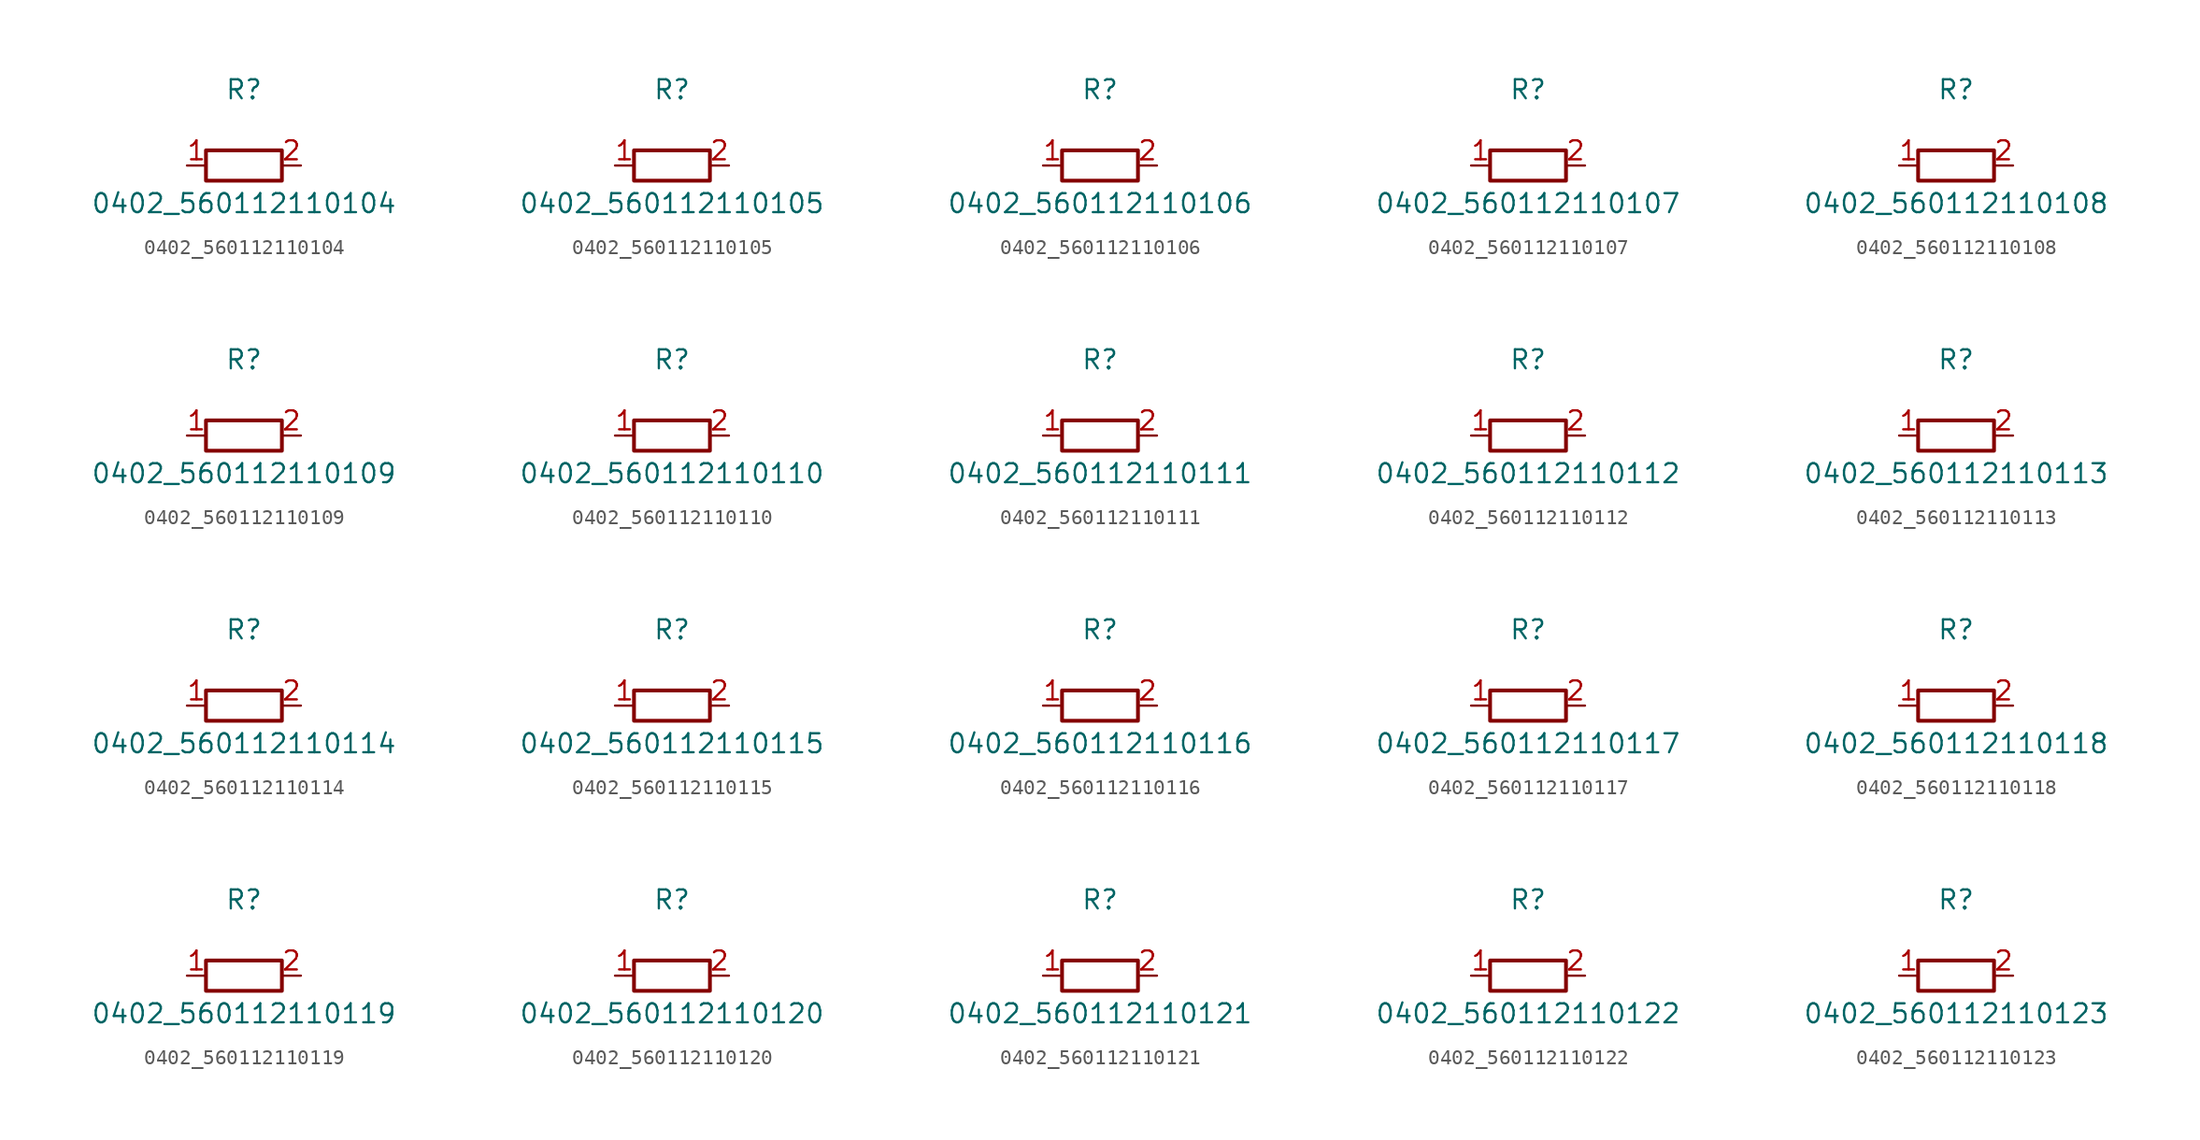
<source format=kicad_sym>
(kicad_symbol_lib
  (version 20220914)
  (generator kicad_symbol_editor)
  (symbol "0402_560112110104"
    (pin_names hide)
    (property "Reference" "R"
      (at 0 5.08 0)
      (effects (font (size 1.27 1.27))))
    (property "Value" "0402_560112110104"
      (at 0 -2.54 0)
      (effects (font (size 1.27 1.27))))
    (symbol "0402_560112110104_0_1"
      (rectangle (start -2.54 -1.016) (end 2.54 1.016) (stroke (width 0.254) (type default)) (fill (type none))))
    (symbol "0402_560112110104_1_1"
      (pin passive line (at -3.81 0 0) (length 1.27) (name "~" (effects (font (size 1.27 1.27)))) (number "1" (effects (font (size 1.27 1.27)))))
      (pin passive line (at 3.81 0 180) (length 1.27) (name "~" (effects (font (size 1.27 1.27)))) (number "2" (effects (font (size 1.27 1.27)))))))
  (symbol "0402_560112110105"
    (pin_names hide)
    (property "Reference" "R"
      (at 0 5.08 0)
      (effects (font (size 1.27 1.27))))
    (property "Value" "0402_560112110105"
      (at 0 -2.54 0)
      (effects (font (size 1.27 1.27))))
    (symbol "0402_560112110105_0_1"
      (rectangle (start -2.54 -1.016) (end 2.54 1.016) (stroke (width 0.254) (type default)) (fill (type none))))
    (symbol "0402_560112110105_1_1"
      (pin passive line (at -3.81 0 0) (length 1.27) (name "~" (effects (font (size 1.27 1.27)))) (number "1" (effects (font (size 1.27 1.27)))))
      (pin passive line (at 3.81 0 180) (length 1.27) (name "~" (effects (font (size 1.27 1.27)))) (number "2" (effects (font (size 1.27 1.27)))))))
  (symbol "0402_560112110106"
    (pin_names hide)
    (property "Reference" "R"
      (at 0 5.08 0)
      (effects (font (size 1.27 1.27))))
    (property "Value" "0402_560112110106"
      (at 0 -2.54 0)
      (effects (font (size 1.27 1.27))))
    (symbol "0402_560112110106_0_1"
      (rectangle (start -2.54 -1.016) (end 2.54 1.016) (stroke (width 0.254) (type default)) (fill (type none))))
    (symbol "0402_560112110106_1_1"
      (pin passive line (at -3.81 0 0) (length 1.27) (name "~" (effects (font (size 1.27 1.27)))) (number "1" (effects (font (size 1.27 1.27)))))
      (pin passive line (at 3.81 0 180) (length 1.27) (name "~" (effects (font (size 1.27 1.27)))) (number "2" (effects (font (size 1.27 1.27)))))))
  (symbol "0402_560112110107"
    (pin_names hide)
    (property "Reference" "R"
      (at 0 5.08 0)
      (effects (font (size 1.27 1.27))))
    (property "Value" "0402_560112110107"
      (at 0 -2.54 0)
      (effects (font (size 1.27 1.27))))
    (symbol "0402_560112110107_0_1"
      (rectangle (start -2.54 -1.016) (end 2.54 1.016) (stroke (width 0.254) (type default)) (fill (type none))))
    (symbol "0402_560112110107_1_1"
      (pin passive line (at -3.81 0 0) (length 1.27) (name "~" (effects (font (size 1.27 1.27)))) (number "1" (effects (font (size 1.27 1.27)))))
      (pin passive line (at 3.81 0 180) (length 1.27) (name "~" (effects (font (size 1.27 1.27)))) (number "2" (effects (font (size 1.27 1.27)))))))
  (symbol "0402_560112110108"
    (pin_names hide)
    (property "Reference" "R"
      (at 0 5.08 0)
      (effects (font (size 1.27 1.27))))
    (property "Value" "0402_560112110108"
      (at 0 -2.54 0)
      (effects (font (size 1.27 1.27))))
    (symbol "0402_560112110108_0_1"
      (rectangle (start -2.54 -1.016) (end 2.54 1.016) (stroke (width 0.254) (type default)) (fill (type none))))
    (symbol "0402_560112110108_1_1"
      (pin passive line (at -3.81 0 0) (length 1.27) (name "~" (effects (font (size 1.27 1.27)))) (number "1" (effects (font (size 1.27 1.27)))))
      (pin passive line (at 3.81 0 180) (length 1.27) (name "~" (effects (font (size 1.27 1.27)))) (number "2" (effects (font (size 1.27 1.27)))))))
  (symbol "0402_560112110109"
    (pin_names hide)
    (property "Reference" "R"
      (at 0 5.08 0)
      (effects (font (size 1.27 1.27))))
    (property "Value" "0402_560112110109"
      (at 0 -2.54 0)
      (effects (font (size 1.27 1.27))))
    (symbol "0402_560112110109_0_1"
      (rectangle (start -2.54 -1.016) (end 2.54 1.016) (stroke (width 0.254) (type default)) (fill (type none))))
    (symbol "0402_560112110109_1_1"
      (pin passive line (at -3.81 0 0) (length 1.27) (name "~" (effects (font (size 1.27 1.27)))) (number "1" (effects (font (size 1.27 1.27)))))
      (pin passive line (at 3.81 0 180) (length 1.27) (name "~" (effects (font (size 1.27 1.27)))) (number "2" (effects (font (size 1.27 1.27)))))))
  (symbol "0402_560112110110"
    (pin_names hide)
    (property "Reference" "R"
      (at 0 5.08 0)
      (effects (font (size 1.27 1.27))))
    (property "Value" "0402_560112110110"
      (at 0 -2.54 0)
      (effects (font (size 1.27 1.27))))
    (symbol "0402_560112110110_0_1"
      (rectangle (start -2.54 -1.016) (end 2.54 1.016) (stroke (width 0.254) (type default)) (fill (type none))))
    (symbol "0402_560112110110_1_1"
      (pin passive line (at -3.81 0 0) (length 1.27) (name "~" (effects (font (size 1.27 1.27)))) (number "1" (effects (font (size 1.27 1.27)))))
      (pin passive line (at 3.81 0 180) (length 1.27) (name "~" (effects (font (size 1.27 1.27)))) (number "2" (effects (font (size 1.27 1.27)))))))
  (symbol "0402_560112110111"
    (pin_names hide)
    (property "Reference" "R"
      (at 0 5.08 0)
      (effects (font (size 1.27 1.27))))
    (property "Value" "0402_560112110111"
      (at 0 -2.54 0)
      (effects (font (size 1.27 1.27))))
    (symbol "0402_560112110111_0_1"
      (rectangle (start -2.54 -1.016) (end 2.54 1.016) (stroke (width 0.254) (type default)) (fill (type none))))
    (symbol "0402_560112110111_1_1"
      (pin passive line (at -3.81 0 0) (length 1.27) (name "~" (effects (font (size 1.27 1.27)))) (number "1" (effects (font (size 1.27 1.27)))))
      (pin passive line (at 3.81 0 180) (length 1.27) (name "~" (effects (font (size 1.27 1.27)))) (number "2" (effects (font (size 1.27 1.27)))))))
  (symbol "0402_560112110112"
    (pin_names hide)
    (property "Reference" "R"
      (at 0 5.08 0)
      (effects (font (size 1.27 1.27))))
    (property "Value" "0402_560112110112"
      (at 0 -2.54 0)
      (effects (font (size 1.27 1.27))))
    (symbol "0402_560112110112_0_1"
      (rectangle (start -2.54 -1.016) (end 2.54 1.016) (stroke (width 0.254) (type default)) (fill (type none))))
    (symbol "0402_560112110112_1_1"
      (pin passive line (at -3.81 0 0) (length 1.27) (name "~" (effects (font (size 1.27 1.27)))) (number "1" (effects (font (size 1.27 1.27)))))
      (pin passive line (at 3.81 0 180) (length 1.27) (name "~" (effects (font (size 1.27 1.27)))) (number "2" (effects (font (size 1.27 1.27)))))))
  (symbol "0402_560112110113"
    (pin_names hide)
    (property "Reference" "R"
      (at 0 5.08 0)
      (effects (font (size 1.27 1.27))))
    (property "Value" "0402_560112110113"
      (at 0 -2.54 0)
      (effects (font (size 1.27 1.27))))
    (symbol "0402_560112110113_0_1"
      (rectangle (start -2.54 -1.016) (end 2.54 1.016) (stroke (width 0.254) (type default)) (fill (type none))))
    (symbol "0402_560112110113_1_1"
      (pin passive line (at -3.81 0 0) (length 1.27) (name "~" (effects (font (size 1.27 1.27)))) (number "1" (effects (font (size 1.27 1.27)))))
      (pin passive line (at 3.81 0 180) (length 1.27) (name "~" (effects (font (size 1.27 1.27)))) (number "2" (effects (font (size 1.27 1.27)))))))
  (symbol "0402_560112110114"
    (pin_names hide)
    (property "Reference" "R"
      (at 0 5.08 0)
      (effects (font (size 1.27 1.27))))
    (property "Value" "0402_560112110114"
      (at 0 -2.54 0)
      (effects (font (size 1.27 1.27))))
    (symbol "0402_560112110114_0_1"
      (rectangle (start -2.54 -1.016) (end 2.54 1.016) (stroke (width 0.254) (type default)) (fill (type none))))
    (symbol "0402_560112110114_1_1"
      (pin passive line (at -3.81 0 0) (length 1.27) (name "~" (effects (font (size 1.27 1.27)))) (number "1" (effects (font (size 1.27 1.27)))))
      (pin passive line (at 3.81 0 180) (length 1.27) (name "~" (effects (font (size 1.27 1.27)))) (number "2" (effects (font (size 1.27 1.27)))))))
  (symbol "0402_560112110115"
    (pin_names hide)
    (property "Reference" "R"
      (at 0 5.08 0)
      (effects (font (size 1.27 1.27))))
    (property "Value" "0402_560112110115"
      (at 0 -2.54 0)
      (effects (font (size 1.27 1.27))))
    (symbol "0402_560112110115_0_1"
      (rectangle (start -2.54 -1.016) (end 2.54 1.016) (stroke (width 0.254) (type default)) (fill (type none))))
    (symbol "0402_560112110115_1_1"
      (pin passive line (at -3.81 0 0) (length 1.27) (name "~" (effects (font (size 1.27 1.27)))) (number "1" (effects (font (size 1.27 1.27)))))
      (pin passive line (at 3.81 0 180) (length 1.27) (name "~" (effects (font (size 1.27 1.27)))) (number "2" (effects (font (size 1.27 1.27)))))))
  (symbol "0402_560112110116"
    (pin_names hide)
    (property "Reference" "R"
      (at 0 5.08 0)
      (effects (font (size 1.27 1.27))))
    (property "Value" "0402_560112110116"
      (at 0 -2.54 0)
      (effects (font (size 1.27 1.27))))
    (symbol "0402_560112110116_0_1"
      (rectangle (start -2.54 -1.016) (end 2.54 1.016) (stroke (width 0.254) (type default)) (fill (type none))))
    (symbol "0402_560112110116_1_1"
      (pin passive line (at -3.81 0 0) (length 1.27) (name "~" (effects (font (size 1.27 1.27)))) (number "1" (effects (font (size 1.27 1.27)))))
      (pin passive line (at 3.81 0 180) (length 1.27) (name "~" (effects (font (size 1.27 1.27)))) (number "2" (effects (font (size 1.27 1.27)))))))
  (symbol "0402_560112110117"
    (pin_names hide)
    (property "Reference" "R"
      (at 0 5.08 0)
      (effects (font (size 1.27 1.27))))
    (property "Value" "0402_560112110117"
      (at 0 -2.54 0)
      (effects (font (size 1.27 1.27))))
    (symbol "0402_560112110117_0_1"
      (rectangle (start -2.54 -1.016) (end 2.54 1.016) (stroke (width 0.254) (type default)) (fill (type none))))
    (symbol "0402_560112110117_1_1"
      (pin passive line (at -3.81 0 0) (length 1.27) (name "~" (effects (font (size 1.27 1.27)))) (number "1" (effects (font (size 1.27 1.27)))))
      (pin passive line (at 3.81 0 180) (length 1.27) (name "~" (effects (font (size 1.27 1.27)))) (number "2" (effects (font (size 1.27 1.27)))))))
  (symbol "0402_560112110118"
    (pin_names hide)
    (property "Reference" "R"
      (at 0 5.08 0)
      (effects (font (size 1.27 1.27))))
    (property "Value" "0402_560112110118"
      (at 0 -2.54 0)
      (effects (font (size 1.27 1.27))))
    (symbol "0402_560112110118_0_1"
      (rectangle (start -2.54 -1.016) (end 2.54 1.016) (stroke (width 0.254) (type default)) (fill (type none))))
    (symbol "0402_560112110118_1_1"
      (pin passive line (at -3.81 0 0) (length 1.27) (name "~" (effects (font (size 1.27 1.27)))) (number "1" (effects (font (size 1.27 1.27)))))
      (pin passive line (at 3.81 0 180) (length 1.27) (name "~" (effects (font (size 1.27 1.27)))) (number "2" (effects (font (size 1.27 1.27)))))))
  (symbol "0402_560112110119"
    (pin_names hide)
    (property "Reference" "R"
      (at 0 5.08 0)
      (effects (font (size 1.27 1.27))))
    (property "Value" "0402_560112110119"
      (at 0 -2.54 0)
      (effects (font (size 1.27 1.27))))
    (symbol "0402_560112110119_0_1"
      (rectangle (start -2.54 -1.016) (end 2.54 1.016) (stroke (width 0.254) (type default)) (fill (type none))))
    (symbol "0402_560112110119_1_1"
      (pin passive line (at -3.81 0 0) (length 1.27) (name "~" (effects (font (size 1.27 1.27)))) (number "1" (effects (font (size 1.27 1.27)))))
      (pin passive line (at 3.81 0 180) (length 1.27) (name "~" (effects (font (size 1.27 1.27)))) (number "2" (effects (font (size 1.27 1.27)))))))
  (symbol "0402_560112110120"
    (pin_names hide)
    (property "Reference" "R"
      (at 0 5.08 0)
      (effects (font (size 1.27 1.27))))
    (property "Value" "0402_560112110120"
      (at 0 -2.54 0)
      (effects (font (size 1.27 1.27))))
    (symbol "0402_560112110120_0_1"
      (rectangle (start -2.54 -1.016) (end 2.54 1.016) (stroke (width 0.254) (type default)) (fill (type none))))
    (symbol "0402_560112110120_1_1"
      (pin passive line (at -3.81 0 0) (length 1.27) (name "~" (effects (font (size 1.27 1.27)))) (number "1" (effects (font (size 1.27 1.27)))))
      (pin passive line (at 3.81 0 180) (length 1.27) (name "~" (effects (font (size 1.27 1.27)))) (number "2" (effects (font (size 1.27 1.27)))))))
  (symbol "0402_560112110121"
    (pin_names hide)
    (property "Reference" "R"
      (at 0 5.08 0)
      (effects (font (size 1.27 1.27))))
    (property "Value" "0402_560112110121"
      (at 0 -2.54 0)
      (effects (font (size 1.27 1.27))))
    (symbol "0402_560112110121_0_1"
      (rectangle (start -2.54 -1.016) (end 2.54 1.016) (stroke (width 0.254) (type default)) (fill (type none))))
    (symbol "0402_560112110121_1_1"
      (pin passive line (at -3.81 0 0) (length 1.27) (name "~" (effects (font (size 1.27 1.27)))) (number "1" (effects (font (size 1.27 1.27)))))
      (pin passive line (at 3.81 0 180) (length 1.27) (name "~" (effects (font (size 1.27 1.27)))) (number "2" (effects (font (size 1.27 1.27)))))))
  (symbol "0402_560112110122"
    (pin_names hide)
    (property "Reference" "R"
      (at 0 5.08 0)
      (effects (font (size 1.27 1.27))))
    (property "Value" "0402_560112110122"
      (at 0 -2.54 0)
      (effects (font (size 1.27 1.27))))
    (symbol "0402_560112110122_0_1"
      (rectangle (start -2.54 -1.016) (end 2.54 1.016) (stroke (width 0.254) (type default)) (fill (type none))))
    (symbol "0402_560112110122_1_1"
      (pin passive line (at -3.81 0 0) (length 1.27) (name "~" (effects (font (size 1.27 1.27)))) (number "1" (effects (font (size 1.27 1.27)))))
      (pin passive line (at 3.81 0 180) (length 1.27) (name "~" (effects (font (size 1.27 1.27)))) (number "2" (effects (font (size 1.27 1.27)))))))
  (symbol "0402_560112110123"
    (pin_names hide)
    (property "Reference" "R"
      (at 0 5.08 0)
      (effects (font (size 1.27 1.27))))
    (property "Value" "0402_560112110123"
      (at 0 -2.54 0)
      (effects (font (size 1.27 1.27))))
    (symbol "0402_560112110123_0_1"
      (rectangle (start -2.54 -1.016) (end 2.54 1.016) (stroke (width 0.254) (type default)) (fill (type none))))
    (symbol "0402_560112110123_1_1"
      (pin passive line (at -3.81 0 0) (length 1.27) (name "~" (effects (font (size 1.27 1.27)))) (number "1" (effects (font (size 1.27 1.27)))))
      (pin passive line (at 3.81 0 180) (length 1.27) (name "~" (effects (font (size 1.27 1.27)))) (number "2" (effects (font (size 1.27 1.27))))))))
</source>
